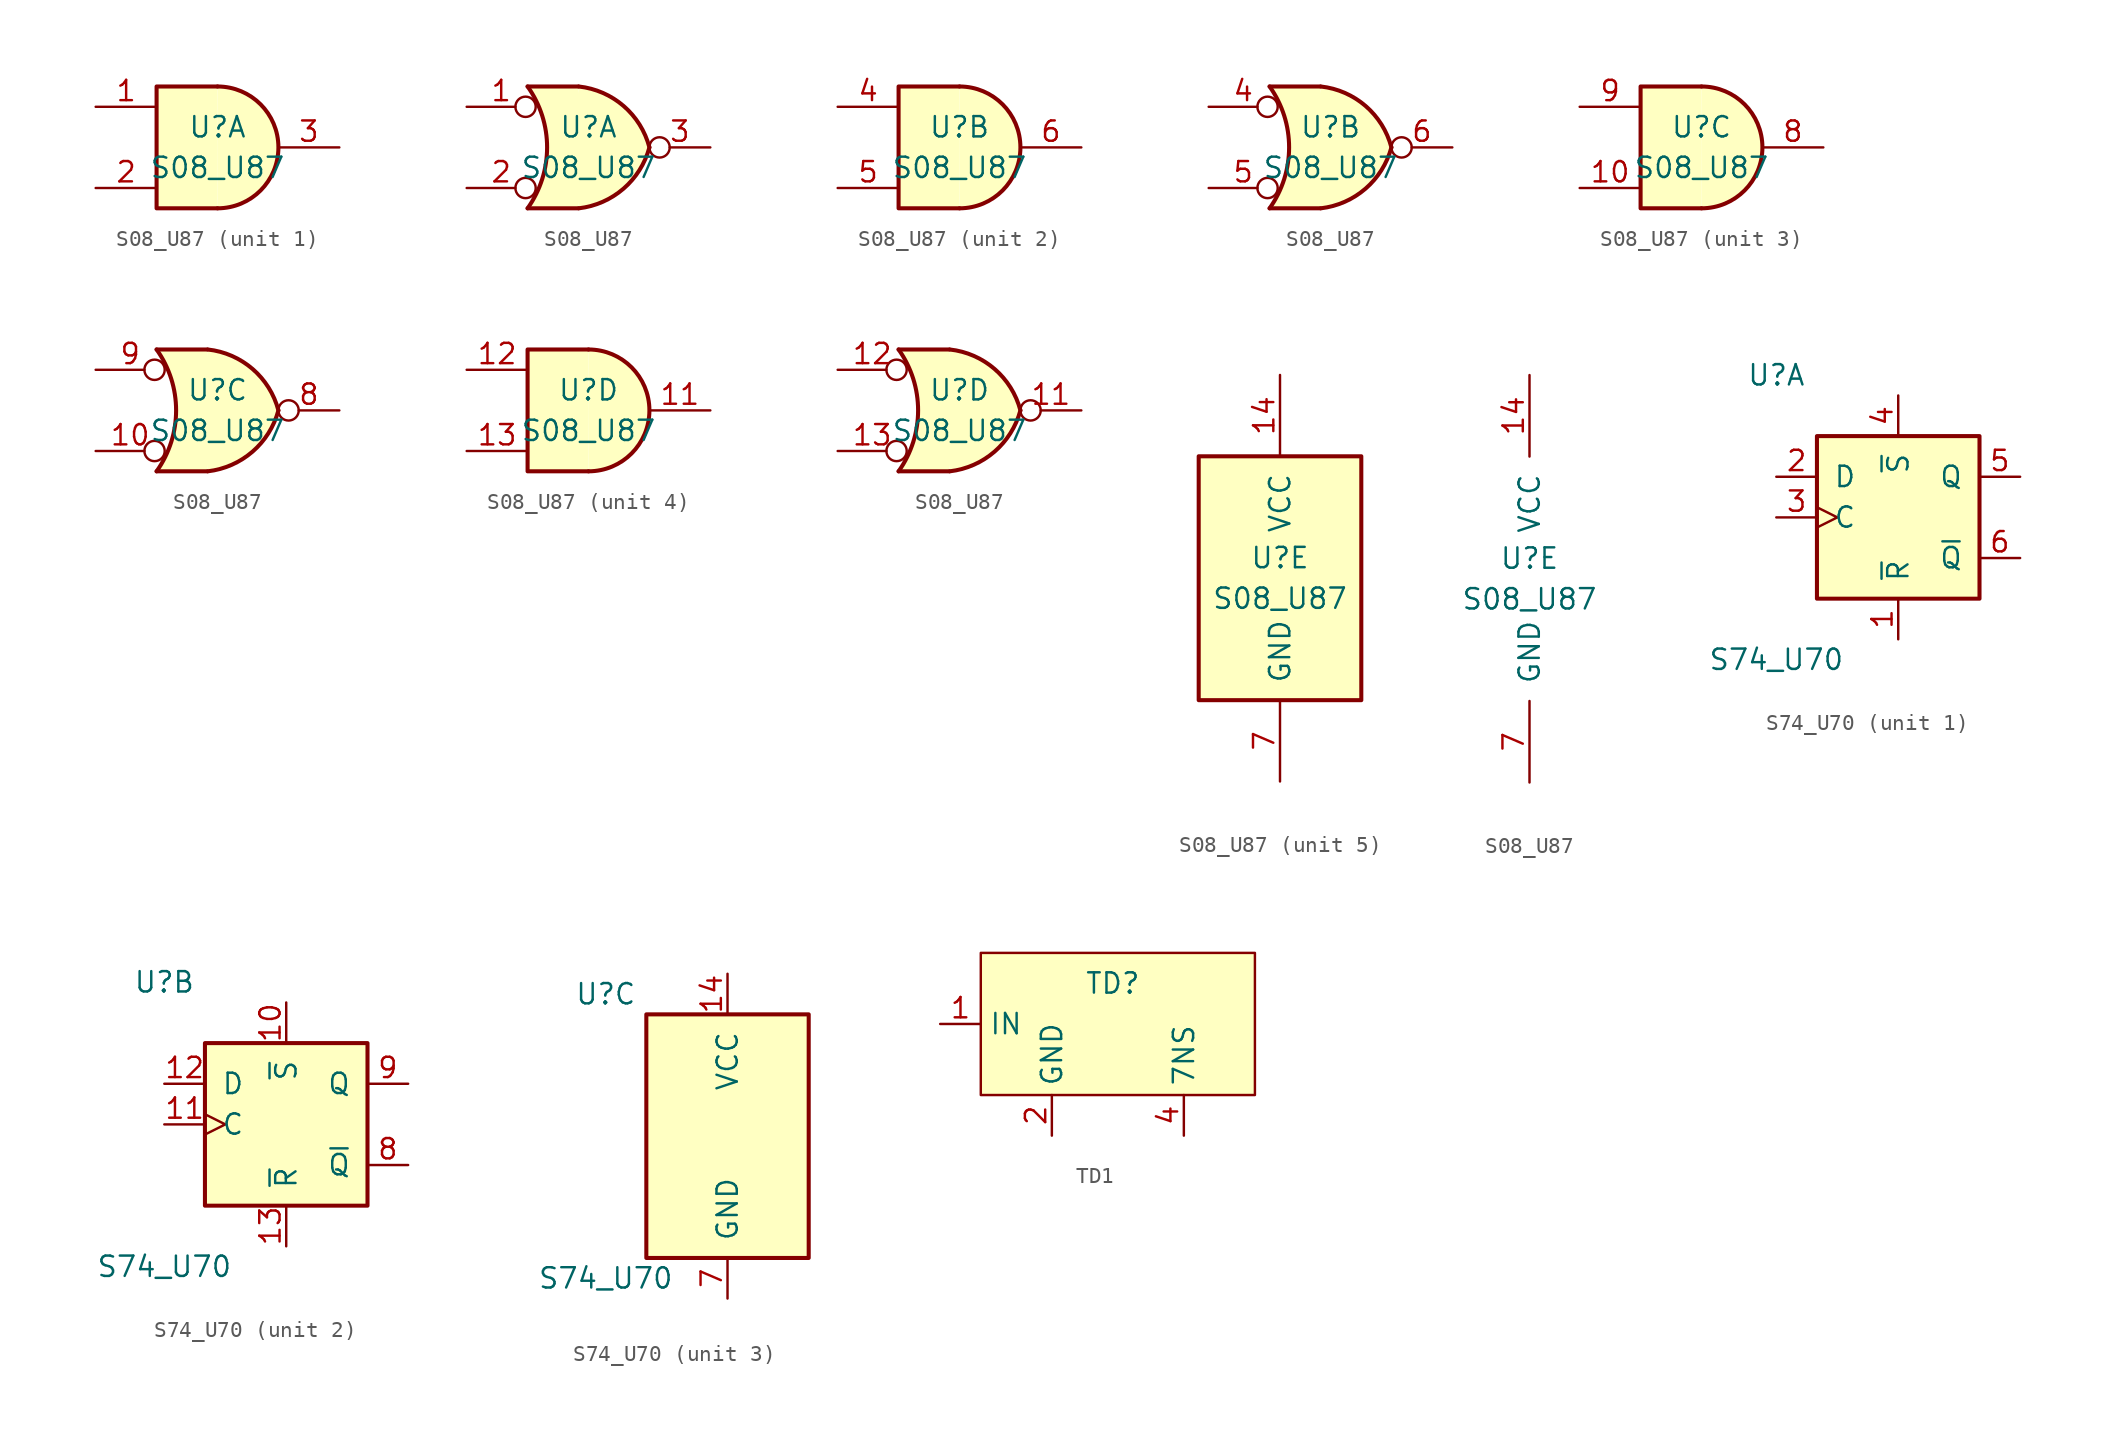
<source format=kicad_sym>
(kicad_symbol_lib
  (version 20220914)
  (generator kicad_symbol_editor)
  (symbol "S08_U87"
    (pin_names
      (offset 1.016))
    (property "Reference" "U"
      (at 0 1.27 0)
      (effects (font (size 1.27 1.27))))
    (property "Value" "S08_U87"
      (at 0 -1.27 0)
      (effects (font (size 1.27 1.27))))
    (property "ki_locked" ""
      (at 0 0 0)
      (effects (font (size 1.27 1.27))))
    (symbol "S08_U87_1_1"
      (arc (start 0 -3.81) (mid 3.7934 0) (end 0 3.81) (stroke (width 0.254) (type default)) (fill (type background)))
      (polyline (pts (xy 0 3.81) (xy -3.81 3.81) (xy -3.81 -3.81) (xy 0 -3.81)) (stroke (width 0.254) (type default)) (fill (type background)))
      (pin input line (at -7.62 2.54 0) (length 3.81) (name "~" (effects (font (size 1.27 1.27)))) (number "1" (effects (font (size 1.27 1.27)))))
      (pin input line (at -7.62 -2.54 0) (length 3.81) (name "~" (effects (font (size 1.27 1.27)))) (number "2" (effects (font (size 1.27 1.27)))))
      (pin output line (at 7.62 0 180) (length 3.81) (name "~" (effects (font (size 1.27 1.27)))) (number "3" (effects (font (size 1.27 1.27))))))
    (symbol "S08_U87_1_2"
      (arc (start -3.81 -3.81) (mid -2.589 0) (end -3.81 3.81) (stroke (width 0.254) (type default)) (fill (type none)))
      (arc (start -0.6096 -3.81) (mid 2.1842 -2.5851) (end 3.81 0) (stroke (width 0.254) (type default)) (fill (type background)))
      (polyline (pts (xy -3.81 -3.81) (xy -0.635 -3.81)) (stroke (width 0.254) (type default)) (fill (type background)))
      (polyline (pts (xy -3.81 3.81) (xy -0.635 3.81)) (stroke (width 0.254) (type default)) (fill (type background)))
      (polyline (pts (xy -0.635 3.81) (xy -3.81 3.81) (xy -3.81 3.81) (xy -3.556 3.404) (xy -3.023 2.261) (xy -2.692 1.041) (xy -2.616 -0.254) (xy -2.769 -1.499) (xy -3.175 -2.718) (xy -3.81 -3.81) (xy -3.81 -3.81) (xy -0.635 -3.81)) (stroke (width -25.4) (type default)) (fill (type background)))
      (arc (start 3.81 0) (mid 2.1915 2.5936) (end -0.6096 3.81) (stroke (width 0.254) (type default)) (fill (type background)))
      (pin input inverted (at -7.62 2.54 0) (length 4.318) (name "~" (effects (font (size 1.27 1.27)))) (number "1" (effects (font (size 1.27 1.27)))))
      (pin input inverted (at -7.62 -2.54 0) (length 4.318) (name "~" (effects (font (size 1.27 1.27)))) (number "2" (effects (font (size 1.27 1.27)))))
      (pin output inverted (at 7.62 0 180) (length 3.81) (name "~" (effects (font (size 1.27 1.27)))) (number "3" (effects (font (size 1.27 1.27))))))
    (symbol "S08_U87_2_1"
      (arc (start 0 -3.81) (mid 3.7934 0) (end 0 3.81) (stroke (width 0.254) (type default)) (fill (type background)))
      (polyline (pts (xy 0 3.81) (xy -3.81 3.81) (xy -3.81 -3.81) (xy 0 -3.81)) (stroke (width 0.254) (type default)) (fill (type background)))
      (pin input line (at -7.62 2.54 0) (length 3.81) (name "~" (effects (font (size 1.27 1.27)))) (number "4" (effects (font (size 1.27 1.27)))))
      (pin input line (at -7.62 -2.54 0) (length 3.81) (name "~" (effects (font (size 1.27 1.27)))) (number "5" (effects (font (size 1.27 1.27)))))
      (pin output line (at 7.62 0 180) (length 3.81) (name "~" (effects (font (size 1.27 1.27)))) (number "6" (effects (font (size 1.27 1.27))))))
    (symbol "S08_U87_2_2"
      (arc (start -3.81 -3.81) (mid -2.589 0) (end -3.81 3.81) (stroke (width 0.254) (type default)) (fill (type none)))
      (arc (start -0.6096 -3.81) (mid 2.1842 -2.5851) (end 3.81 0) (stroke (width 0.254) (type default)) (fill (type background)))
      (polyline (pts (xy -3.81 -3.81) (xy -0.635 -3.81)) (stroke (width 0.254) (type default)) (fill (type background)))
      (polyline (pts (xy -3.81 3.81) (xy -0.635 3.81)) (stroke (width 0.254) (type default)) (fill (type background)))
      (polyline (pts (xy -0.635 3.81) (xy -3.81 3.81) (xy -3.81 3.81) (xy -3.556 3.404) (xy -3.023 2.261) (xy -2.692 1.041) (xy -2.616 -0.254) (xy -2.769 -1.499) (xy -3.175 -2.718) (xy -3.81 -3.81) (xy -3.81 -3.81) (xy -0.635 -3.81)) (stroke (width -25.4) (type default)) (fill (type background)))
      (arc (start 3.81 0) (mid 2.1915 2.5936) (end -0.6096 3.81) (stroke (width 0.254) (type default)) (fill (type background)))
      (pin input inverted (at -7.62 2.54 0) (length 4.318) (name "~" (effects (font (size 1.27 1.27)))) (number "4" (effects (font (size 1.27 1.27)))))
      (pin input inverted (at -7.62 -2.54 0) (length 4.318) (name "~" (effects (font (size 1.27 1.27)))) (number "5" (effects (font (size 1.27 1.27)))))
      (pin output inverted (at 7.62 0 180) (length 3.81) (name "~" (effects (font (size 1.27 1.27)))) (number "6" (effects (font (size 1.27 1.27))))))
    (symbol "S08_U87_3_1"
      (arc (start 0 -3.81) (mid 3.7934 0) (end 0 3.81) (stroke (width 0.254) (type default)) (fill (type background)))
      (polyline (pts (xy 0 3.81) (xy -3.81 3.81) (xy -3.81 -3.81) (xy 0 -3.81)) (stroke (width 0.254) (type default)) (fill (type background)))
      (pin input line (at -7.62 -2.54 0) (length 3.81) (name "~" (effects (font (size 1.27 1.27)))) (number "10" (effects (font (size 1.27 1.27)))))
      (pin output line (at 7.62 0 180) (length 3.81) (name "~" (effects (font (size 1.27 1.27)))) (number "8" (effects (font (size 1.27 1.27)))))
      (pin input line (at -7.62 2.54 0) (length 3.81) (name "~" (effects (font (size 1.27 1.27)))) (number "9" (effects (font (size 1.27 1.27))))))
    (symbol "S08_U87_3_2"
      (arc (start -3.81 -3.81) (mid -2.589 0) (end -3.81 3.81) (stroke (width 0.254) (type default)) (fill (type none)))
      (arc (start -0.6096 -3.81) (mid 2.1842 -2.5851) (end 3.81 0) (stroke (width 0.254) (type default)) (fill (type background)))
      (polyline (pts (xy -3.81 -3.81) (xy -0.635 -3.81)) (stroke (width 0.254) (type default)) (fill (type background)))
      (polyline (pts (xy -3.81 3.81) (xy -0.635 3.81)) (stroke (width 0.254) (type default)) (fill (type background)))
      (polyline (pts (xy -0.635 3.81) (xy -3.81 3.81) (xy -3.81 3.81) (xy -3.556 3.404) (xy -3.023 2.261) (xy -2.692 1.041) (xy -2.616 -0.254) (xy -2.769 -1.499) (xy -3.175 -2.718) (xy -3.81 -3.81) (xy -3.81 -3.81) (xy -0.635 -3.81)) (stroke (width -25.4) (type default)) (fill (type background)))
      (arc (start 3.81 0) (mid 2.1915 2.5936) (end -0.6096 3.81) (stroke (width 0.254) (type default)) (fill (type background)))
      (pin input inverted (at -7.62 -2.54 0) (length 4.318) (name "~" (effects (font (size 1.27 1.27)))) (number "10" (effects (font (size 1.27 1.27)))))
      (pin output inverted (at 7.62 0 180) (length 3.81) (name "~" (effects (font (size 1.27 1.27)))) (number "8" (effects (font (size 1.27 1.27)))))
      (pin input inverted (at -7.62 2.54 0) (length 4.318) (name "~" (effects (font (size 1.27 1.27)))) (number "9" (effects (font (size 1.27 1.27))))))
    (symbol "S08_U87_4_1"
      (arc (start 0 -3.81) (mid 3.7934 0) (end 0 3.81) (stroke (width 0.254) (type default)) (fill (type background)))
      (polyline (pts (xy 0 3.81) (xy -3.81 3.81) (xy -3.81 -3.81) (xy 0 -3.81)) (stroke (width 0.254) (type default)) (fill (type background)))
      (pin output line (at 7.62 0 180) (length 3.81) (name "~" (effects (font (size 1.27 1.27)))) (number "11" (effects (font (size 1.27 1.27)))))
      (pin input line (at -7.62 2.54 0) (length 3.81) (name "~" (effects (font (size 1.27 1.27)))) (number "12" (effects (font (size 1.27 1.27)))))
      (pin input line (at -7.62 -2.54 0) (length 3.81) (name "~" (effects (font (size 1.27 1.27)))) (number "13" (effects (font (size 1.27 1.27))))))
    (symbol "S08_U87_4_2"
      (arc (start -3.81 -3.81) (mid -2.589 0) (end -3.81 3.81) (stroke (width 0.254) (type default)) (fill (type none)))
      (arc (start -0.6096 -3.81) (mid 2.1842 -2.5851) (end 3.81 0) (stroke (width 0.254) (type default)) (fill (type background)))
      (polyline (pts (xy -3.81 -3.81) (xy -0.635 -3.81)) (stroke (width 0.254) (type default)) (fill (type background)))
      (polyline (pts (xy -3.81 3.81) (xy -0.635 3.81)) (stroke (width 0.254) (type default)) (fill (type background)))
      (polyline (pts (xy -0.635 3.81) (xy -3.81 3.81) (xy -3.81 3.81) (xy -3.556 3.404) (xy -3.023 2.261) (xy -2.692 1.041) (xy -2.616 -0.254) (xy -2.769 -1.499) (xy -3.175 -2.718) (xy -3.81 -3.81) (xy -3.81 -3.81) (xy -0.635 -3.81)) (stroke (width -25.4) (type default)) (fill (type background)))
      (arc (start 3.81 0) (mid 2.1915 2.5936) (end -0.6096 3.81) (stroke (width 0.254) (type default)) (fill (type background)))
      (pin output inverted (at 7.62 0 180) (length 3.81) (name "~" (effects (font (size 1.27 1.27)))) (number "11" (effects (font (size 1.27 1.27)))))
      (pin input inverted (at -7.62 2.54 0) (length 4.318) (name "~" (effects (font (size 1.27 1.27)))) (number "12" (effects (font (size 1.27 1.27)))))
      (pin input inverted (at -7.62 -2.54 0) (length 4.318) (name "~" (effects (font (size 1.27 1.27)))) (number "13" (effects (font (size 1.27 1.27))))))
    (symbol "S08_U87_5_0"
      (pin power_in line (at 0 12.7 270) (length 5.08) (name "VCC" (effects (font (size 1.27 1.27)))) (number "14" (effects (font (size 1.27 1.27)))))
      (pin power_in line (at 0 -12.7 90) (length 5.08) (name "GND" (effects (font (size 1.27 1.27)))) (number "7" (effects (font (size 1.27 1.27))))))
    (symbol "S08_U87_5_1"
      (rectangle (start -5.08 7.62) (end 5.08 -7.62) (stroke (width 0.254) (type default)) (fill (type background)))))
  (symbol "S74_U70"
    (pin_names
      (offset 1.016))
    (property "Reference" "U"
      (at -7.62 8.89 0)
      (effects (font (size 1.27 1.27))))
    (property "Value" "S74_U70"
      (at -7.62 -8.89 0)
      (effects (font (size 1.27 1.27))))
    (property "ki_locked" ""
      (at 0 0 0)
      (effects (font (size 1.27 1.27))))
    (symbol "S74_U70_1_0"
      (pin input line (at 0 -7.62 90) (length 2.54) (name "~{R}" (effects (font (size 1.27 1.27)))) (number "1" (effects (font (size 1.27 1.27)))))
      (pin input line (at -7.62 2.54 0) (length 2.54) (name "D" (effects (font (size 1.27 1.27)))) (number "2" (effects (font (size 1.27 1.27)))))
      (pin input clock (at -7.62 0 0) (length 2.54) (name "C" (effects (font (size 1.27 1.27)))) (number "3" (effects (font (size 1.27 1.27)))))
      (pin input line (at 0 7.62 270) (length 2.54) (name "~{S}" (effects (font (size 1.27 1.27)))) (number "4" (effects (font (size 1.27 1.27)))))
      (pin output line (at 7.62 2.54 180) (length 2.54) (name "Q" (effects (font (size 1.27 1.27)))) (number "5" (effects (font (size 1.27 1.27)))))
      (pin output line (at 7.62 -2.54 180) (length 2.54) (name "~{Q}" (effects (font (size 1.27 1.27)))) (number "6" (effects (font (size 1.27 1.27))))))
    (symbol "S74_U70_1_1"
      (rectangle (start -5.08 5.08) (end 5.08 -5.08) (stroke (width 0.254) (type default)) (fill (type background))))
    (symbol "S74_U70_2_0"
      (pin input line (at 0 7.62 270) (length 2.54) (name "~{S}" (effects (font (size 1.27 1.27)))) (number "10" (effects (font (size 1.27 1.27)))))
      (pin input clock (at -7.62 0 0) (length 2.54) (name "C" (effects (font (size 1.27 1.27)))) (number "11" (effects (font (size 1.27 1.27)))))
      (pin input line (at -7.62 2.54 0) (length 2.54) (name "D" (effects (font (size 1.27 1.27)))) (number "12" (effects (font (size 1.27 1.27)))))
      (pin input line (at 0 -7.62 90) (length 2.54) (name "~{R}" (effects (font (size 1.27 1.27)))) (number "13" (effects (font (size 1.27 1.27)))))
      (pin output line (at 7.62 -2.54 180) (length 2.54) (name "~{Q}" (effects (font (size 1.27 1.27)))) (number "8" (effects (font (size 1.27 1.27)))))
      (pin output line (at 7.62 2.54 180) (length 2.54) (name "Q" (effects (font (size 1.27 1.27)))) (number "9" (effects (font (size 1.27 1.27))))))
    (symbol "S74_U70_2_1"
      (rectangle (start -5.08 5.08) (end 5.08 -5.08) (stroke (width 0.254) (type default)) (fill (type background))))
    (symbol "S74_U70_3_0"
      (pin power_in line (at 0 10.16 270) (length 2.54) (name "VCC" (effects (font (size 1.27 1.27)))) (number "14" (effects (font (size 1.27 1.27)))))
      (pin power_in line (at 0 -10.16 90) (length 2.54) (name "GND" (effects (font (size 1.27 1.27)))) (number "7" (effects (font (size 1.27 1.27))))))
    (symbol "S74_U70_3_1"
      (rectangle (start -5.08 7.62) (end 5.08 -7.62) (stroke (width 0.254) (type default)) (fill (type background)))))
  (symbol "TD1"
    (property "Reference" "TD"
      (at 0 2.54 0)
      (effects (font (size 1.27 1.27))))
    (property "Value" ""
      (at 0 0 0)
      (effects (font (size 1.27 1.27))))
    (symbol "TD1_0_0"
      (pin input line (at -10.795 0 0) (length 2.54) (name "IN" (effects (font (size 1.27 1.27)))) (number "1" (effects (font (size 1.27 1.27)))))
      (pin power_in line (at -3.81 -6.985 90) (length 2.54) (name "GND" (effects (font (size 1.27 1.27)))) (number "2" (effects (font (size 1.27 1.27)))))
      (pin output line (at 4.445 -6.985 90) (length 2.54) (name "7NS" (effects (font (size 1.27 1.27)))) (number "4" (effects (font (size 1.27 1.27))))))
    (symbol "TD1_1_1"
      (rectangle (start -8.255 4.445) (end 8.89 -4.445) (stroke (width 0) (type default)) (fill (type background))))))
</source>
